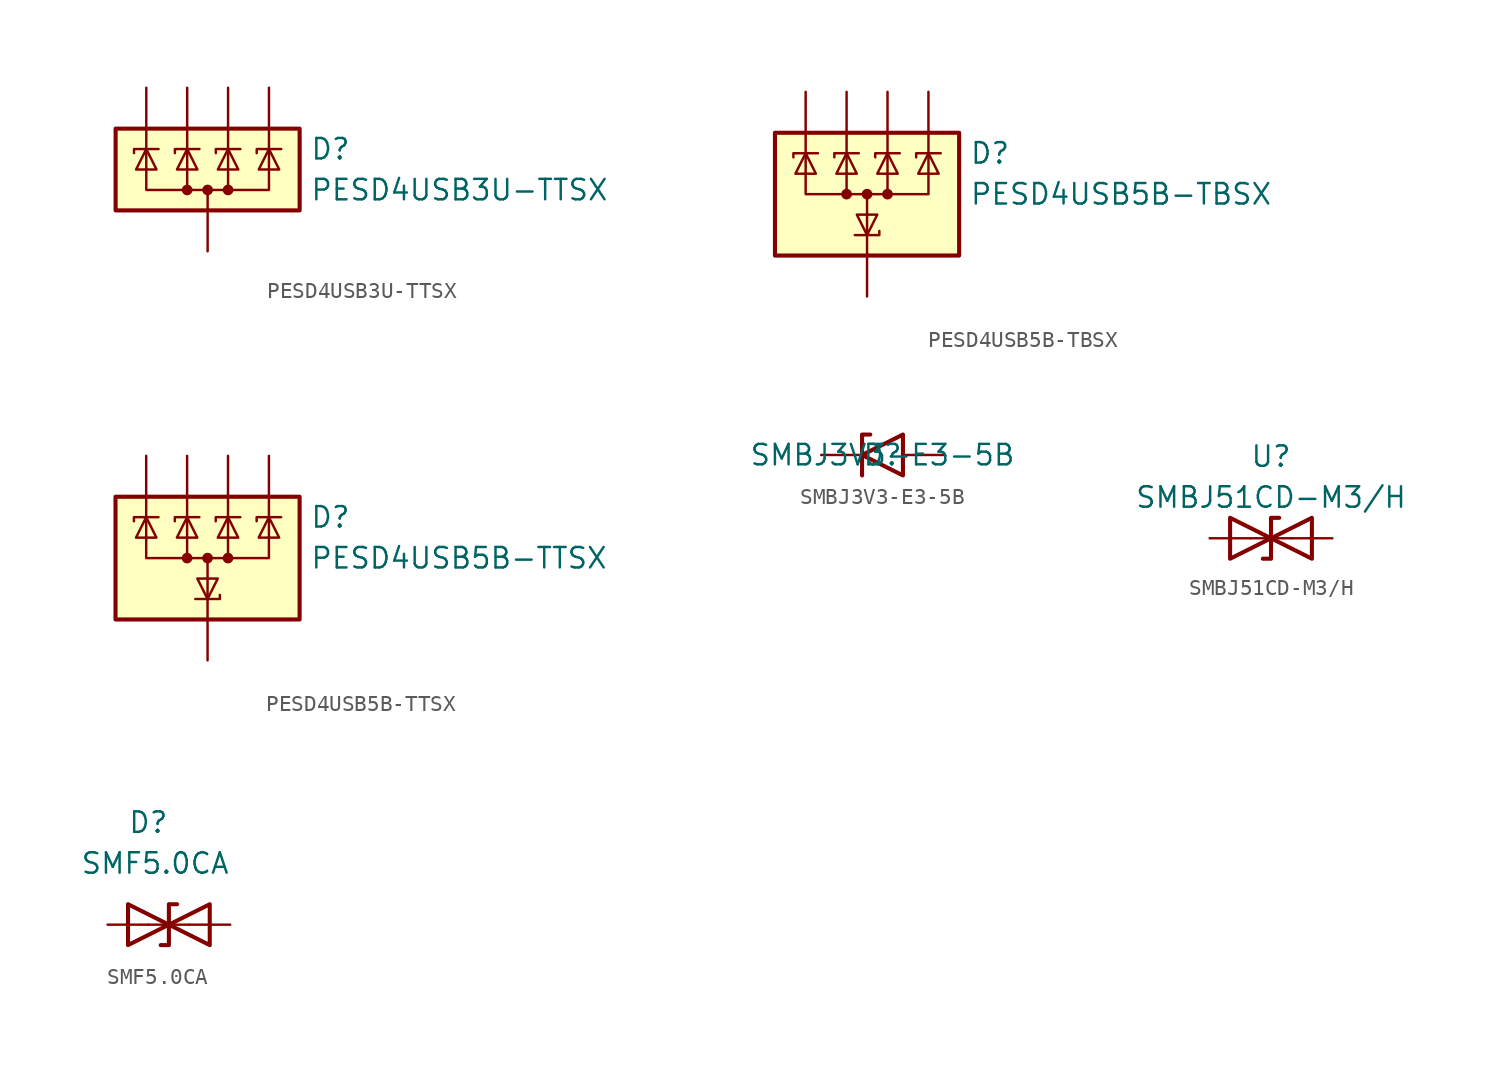
<source format=kicad_sym>
(kicad_symbol_lib
  (version 20220914)
  (generator kicad_symbol_editor)
  (symbol "PESD4USB3U-TTSX"
    (pin_numbers hide)
    (pin_names hide)
    (property "Reference" "D"
      (at 6.35 1.27 0)
      (effects (font (size 1.27 1.27)) (justify left)))
    (property "Value" "PESD4USB3U-TTSX"
      (at 6.35 -1.27 0)
      (effects (font (size 1.27 1.27)) (justify left)))
    (symbol "PESD4USB3U-TTSX_0_1"
      (rectangle (start -5.715 2.54) (end 5.715 -2.54) (stroke (width 0.254) (type default)) (fill (type background)))
      (circle (center -1.27 -1.27) (radius 0.254) (stroke (width 0) (type default)) (fill (type outline)))
      (circle (center 0 -1.27) (radius 0.254) (stroke (width 0) (type default)) (fill (type outline)))
      (polyline (pts (xy -3.81 2.54) (xy -3.81 1.27)) (stroke (width 0) (type default)) (fill (type none)))
      (polyline (pts (xy -1.27 -1.27) (xy -1.27 1.27)) (stroke (width 0) (type default)) (fill (type none)))
      (polyline (pts (xy -1.27 2.54) (xy -1.27 1.27)) (stroke (width 0) (type default)) (fill (type none)))
      (polyline (pts (xy 0 -1.27) (xy 0 -2.54)) (stroke (width 0) (type default)) (fill (type none)))
      (polyline (pts (xy 1.27 2.54) (xy 1.27 1.27)) (stroke (width 0) (type default)) (fill (type none)))
      (polyline (pts (xy 3.81 2.54) (xy 3.81 1.27)) (stroke (width 0) (type default)) (fill (type none)))
      (polyline (pts (xy -4.572 1.016) (xy -4.572 1.27) (xy -3.048 1.27)) (stroke (width 0) (type default)) (fill (type none)))
      (polyline (pts (xy -0.508 1.27) (xy -2.032 1.27) (xy -2.032 1.016)) (stroke (width 0) (type default)) (fill (type none)))
      (polyline (pts (xy 3.81 1.27) (xy 3.81 -1.27) (xy 1.27 -1.27)) (stroke (width 0) (type default)) (fill (type none)))
      (polyline (pts (xy -3.81 1.27) (xy -3.81 -1.27) (xy 1.27 -1.27) (xy 1.27 1.27)) (stroke (width 0) (type default)) (fill (type none)))
      (polyline (pts (xy -3.81 1.27) (xy -3.175 0) (xy -4.445 0) (xy -3.81 1.27)) (stroke (width 0) (type default)) (fill (type none)))
      (polyline (pts (xy -0.635 0) (xy -1.905 0) (xy -1.27 1.27) (xy -0.635 0)) (stroke (width 0) (type default)) (fill (type none)))
      (polyline (pts (xy 0.508 1.016) (xy 0.508 1.27) (xy 1.905 1.27) (xy 2.032 1.27)) (stroke (width 0) (type default)) (fill (type none)))
      (polyline (pts (xy 1.27 1.27) (xy 0.635 0) (xy 1.905 0) (xy 1.27 1.27)) (stroke (width 0) (type default)) (fill (type none)))
      (polyline (pts (xy 3.048 1.016) (xy 3.048 1.27) (xy 4.445 1.27) (xy 4.572 1.27)) (stroke (width 0) (type default)) (fill (type none)))
      (polyline (pts (xy 3.81 1.27) (xy 3.175 0) (xy 4.445 0) (xy 3.81 1.27)) (stroke (width 0) (type default)) (fill (type none)))
      (circle (center 1.27 -1.27) (radius 0.254) (stroke (width 0) (type default)) (fill (type outline))))
    (symbol "PESD4USB3U-TTSX_1_0"
      (pin passive line (at 0 -5.08 90) (length 2.54) (name "A" (effects (font (size 1.27 1.27)))) (number "3" (effects (font (size 1.27 1.27)))))
      (pin passive line (at 0 -5.08 90) (length 2.54) hide (name "A" (effects (font (size 1.27 1.27)))) (number "8" (effects (font (size 1.27 1.27))))))
    (symbol "PESD4USB3U-TTSX_1_1"
      (pin passive line (at -3.81 5.08 270) (length 2.54) (name "K" (effects (font (size 1.27 1.27)))) (number "1" (effects (font (size 1.27 1.27)))))
      (pin passive line (at -3.81 5.08 270) (length 2.54) hide (name "K" (effects (font (size 1.27 1.27)))) (number "10" (effects (font (size 1.27 1.27)))))
      (pin passive line (at -1.27 5.08 270) (length 2.54) (name "K" (effects (font (size 1.27 1.27)))) (number "2" (effects (font (size 1.27 1.27)))))
      (pin passive line (at 1.27 5.08 270) (length 2.54) (name "K" (effects (font (size 1.27 1.27)))) (number "4" (effects (font (size 1.27 1.27)))))
      (pin passive line (at 3.81 5.08 270) (length 2.54) (name "K" (effects (font (size 1.27 1.27)))) (number "5" (effects (font (size 1.27 1.27)))))
      (pin passive line (at 3.81 5.08 270) (length 2.54) hide (name "K" (effects (font (size 1.27 1.27)))) (number "6" (effects (font (size 1.27 1.27)))))
      (pin passive line (at 1.27 5.08 270) (length 2.54) hide (name "K" (effects (font (size 1.27 1.27)))) (number "7" (effects (font (size 1.27 1.27)))))
      (pin passive line (at -1.27 5.08 270) (length 2.54) hide (name "K" (effects (font (size 1.27 1.27)))) (number "9" (effects (font (size 1.27 1.27)))))))
  (symbol "PESD4USB5B-TBSX"
    (pin_numbers hide)
    (pin_names hide)
    (property "Reference" "D"
      (at 6.35 1.27 0)
      (effects (font (size 1.27 1.27)) (justify left)))
    (property "Value" "PESD4USB5B-TBSX"
      (at 6.35 -1.27 0)
      (effects (font (size 1.27 1.27)) (justify left)))
    (symbol "PESD4USB5B-TBSX_0_1"
      (rectangle (start -5.715 2.54) (end 5.715 -5.08) (stroke (width 0.254) (type default)) (fill (type background)))
      (circle (center -1.27 -1.27) (radius 0.254) (stroke (width 0) (type default)) (fill (type outline)))
      (circle (center 0 -1.27) (radius 0.254) (stroke (width 0) (type default)) (fill (type outline)))
      (polyline (pts (xy -3.81 2.54) (xy -3.81 1.27)) (stroke (width 0) (type default)) (fill (type none)))
      (polyline (pts (xy -1.27 -1.27) (xy -1.27 1.27)) (stroke (width 0) (type default)) (fill (type none)))
      (polyline (pts (xy -1.27 2.54) (xy -1.27 1.27)) (stroke (width 0) (type default)) (fill (type none)))
      (polyline (pts (xy 0 -5.08) (xy 0 -3.81)) (stroke (width 0) (type default)) (fill (type none)))
      (polyline (pts (xy 0 -1.27) (xy 0 -3.81)) (stroke (width 0) (type default)) (fill (type none)))
      (polyline (pts (xy 1.27 2.54) (xy 1.27 1.27)) (stroke (width 0) (type default)) (fill (type none)))
      (polyline (pts (xy 3.81 2.54) (xy 3.81 1.27)) (stroke (width 0) (type default)) (fill (type none)))
      (polyline (pts (xy -4.572 1.016) (xy -4.572 1.27) (xy -3.048 1.27)) (stroke (width 0) (type default)) (fill (type none)))
      (polyline (pts (xy -0.508 1.27) (xy -2.032 1.27) (xy -2.032 1.016)) (stroke (width 0) (type default)) (fill (type none)))
      (polyline (pts (xy 3.81 1.27) (xy 3.81 -1.27) (xy 1.27 -1.27)) (stroke (width 0) (type default)) (fill (type none)))
      (polyline (pts (xy -3.81 1.27) (xy -3.81 -1.27) (xy 1.27 -1.27) (xy 1.27 1.27)) (stroke (width 0) (type default)) (fill (type none)))
      (polyline (pts (xy -3.81 1.27) (xy -3.175 0) (xy -4.445 0) (xy -3.81 1.27)) (stroke (width 0) (type default)) (fill (type none)))
      (polyline (pts (xy -0.635 0) (xy -1.905 0) (xy -1.27 1.27) (xy -0.635 0)) (stroke (width 0) (type default)) (fill (type none)))
      (polyline (pts (xy 0 -3.81) (xy 0.635 -2.54) (xy -0.635 -2.54) (xy 0 -3.81)) (stroke (width 0) (type default)) (fill (type none)))
      (polyline (pts (xy 0.508 1.016) (xy 0.508 1.27) (xy 1.905 1.27) (xy 2.032 1.27)) (stroke (width 0) (type default)) (fill (type none)))
      (polyline (pts (xy 0.762 -3.556) (xy 0.762 -3.81) (xy -0.635 -3.81) (xy -0.762 -3.81)) (stroke (width 0) (type default)) (fill (type none)))
      (polyline (pts (xy 1.27 1.27) (xy 0.635 0) (xy 1.905 0) (xy 1.27 1.27)) (stroke (width 0) (type default)) (fill (type none)))
      (polyline (pts (xy 3.048 1.016) (xy 3.048 1.27) (xy 4.445 1.27) (xy 4.572 1.27)) (stroke (width 0) (type default)) (fill (type none)))
      (polyline (pts (xy 3.81 1.27) (xy 3.175 0) (xy 4.445 0) (xy 3.81 1.27)) (stroke (width 0) (type default)) (fill (type none)))
      (circle (center 1.27 -1.27) (radius 0.254) (stroke (width 0) (type default)) (fill (type outline))))
    (symbol "PESD4USB5B-TBSX_1_0"
      (pin passive line (at 0 -7.62 90) (length 2.54) (name "A" (effects (font (size 1.27 1.27)))) (number "3" (effects (font (size 1.27 1.27)))))
      (pin passive line (at 0 -7.62 90) (length 2.54) hide (name "A" (effects (font (size 1.27 1.27)))) (number "8" (effects (font (size 1.27 1.27))))))
    (symbol "PESD4USB5B-TBSX_1_1"
      (pin passive line (at -3.81 5.08 270) (length 2.54) (name "K" (effects (font (size 1.27 1.27)))) (number "1" (effects (font (size 1.27 1.27)))))
      (pin passive line (at -3.81 5.08 270) (length 2.54) hide (name "K" (effects (font (size 1.27 1.27)))) (number "10" (effects (font (size 1.27 1.27)))))
      (pin passive line (at -1.27 5.08 270) (length 2.54) (name "K" (effects (font (size 1.27 1.27)))) (number "2" (effects (font (size 1.27 1.27)))))
      (pin passive line (at 1.27 5.08 270) (length 2.54) (name "K" (effects (font (size 1.27 1.27)))) (number "4" (effects (font (size 1.27 1.27)))))
      (pin passive line (at 3.81 5.08 270) (length 2.54) (name "K" (effects (font (size 1.27 1.27)))) (number "5" (effects (font (size 1.27 1.27)))))
      (pin passive line (at 3.81 5.08 270) (length 2.54) hide (name "K" (effects (font (size 1.27 1.27)))) (number "6" (effects (font (size 1.27 1.27)))))
      (pin passive line (at 1.27 5.08 270) (length 2.54) hide (name "K" (effects (font (size 1.27 1.27)))) (number "7" (effects (font (size 1.27 1.27)))))
      (pin passive line (at -1.27 5.08 270) (length 2.54) hide (name "K" (effects (font (size 1.27 1.27)))) (number "9" (effects (font (size 1.27 1.27)))))))
  (symbol "PESD4USB5B-TTSX"
    (pin_numbers hide)
    (pin_names hide)
    (property "Reference" "D"
      (at 6.35 1.27 0)
      (effects (font (size 1.27 1.27)) (justify left)))
    (property "Value" "PESD4USB5B-TTSX"
      (at 6.35 -1.27 0)
      (effects (font (size 1.27 1.27)) (justify left)))
    (symbol "PESD4USB5B-TTSX_0_1"
      (rectangle (start -5.715 2.54) (end 5.715 -5.08) (stroke (width 0.254) (type default)) (fill (type background)))
      (circle (center -1.27 -1.27) (radius 0.254) (stroke (width 0) (type default)) (fill (type outline)))
      (circle (center 0 -1.27) (radius 0.254) (stroke (width 0) (type default)) (fill (type outline)))
      (polyline (pts (xy -3.81 2.54) (xy -3.81 1.27)) (stroke (width 0) (type default)) (fill (type none)))
      (polyline (pts (xy -1.27 -1.27) (xy -1.27 1.27)) (stroke (width 0) (type default)) (fill (type none)))
      (polyline (pts (xy -1.27 2.54) (xy -1.27 1.27)) (stroke (width 0) (type default)) (fill (type none)))
      (polyline (pts (xy 0 -5.08) (xy 0 -3.81)) (stroke (width 0) (type default)) (fill (type none)))
      (polyline (pts (xy 0 -1.27) (xy 0 -3.81)) (stroke (width 0) (type default)) (fill (type none)))
      (polyline (pts (xy 1.27 2.54) (xy 1.27 1.27)) (stroke (width 0) (type default)) (fill (type none)))
      (polyline (pts (xy 3.81 2.54) (xy 3.81 1.27)) (stroke (width 0) (type default)) (fill (type none)))
      (polyline (pts (xy -4.572 1.016) (xy -4.572 1.27) (xy -3.048 1.27)) (stroke (width 0) (type default)) (fill (type none)))
      (polyline (pts (xy -0.508 1.27) (xy -2.032 1.27) (xy -2.032 1.016)) (stroke (width 0) (type default)) (fill (type none)))
      (polyline (pts (xy 3.81 1.27) (xy 3.81 -1.27) (xy 1.27 -1.27)) (stroke (width 0) (type default)) (fill (type none)))
      (polyline (pts (xy -3.81 1.27) (xy -3.81 -1.27) (xy 1.27 -1.27) (xy 1.27 1.27)) (stroke (width 0) (type default)) (fill (type none)))
      (polyline (pts (xy -3.81 1.27) (xy -3.175 0) (xy -4.445 0) (xy -3.81 1.27)) (stroke (width 0) (type default)) (fill (type none)))
      (polyline (pts (xy -0.635 0) (xy -1.905 0) (xy -1.27 1.27) (xy -0.635 0)) (stroke (width 0) (type default)) (fill (type none)))
      (polyline (pts (xy 0 -3.81) (xy 0.635 -2.54) (xy -0.635 -2.54) (xy 0 -3.81)) (stroke (width 0) (type default)) (fill (type none)))
      (polyline (pts (xy 0.508 1.016) (xy 0.508 1.27) (xy 1.905 1.27) (xy 2.032 1.27)) (stroke (width 0) (type default)) (fill (type none)))
      (polyline (pts (xy 0.762 -3.556) (xy 0.762 -3.81) (xy -0.635 -3.81) (xy -0.762 -3.81)) (stroke (width 0) (type default)) (fill (type none)))
      (polyline (pts (xy 1.27 1.27) (xy 0.635 0) (xy 1.905 0) (xy 1.27 1.27)) (stroke (width 0) (type default)) (fill (type none)))
      (polyline (pts (xy 3.048 1.016) (xy 3.048 1.27) (xy 4.445 1.27) (xy 4.572 1.27)) (stroke (width 0) (type default)) (fill (type none)))
      (polyline (pts (xy 3.81 1.27) (xy 3.175 0) (xy 4.445 0) (xy 3.81 1.27)) (stroke (width 0) (type default)) (fill (type none)))
      (circle (center 1.27 -1.27) (radius 0.254) (stroke (width 0) (type default)) (fill (type outline))))
    (symbol "PESD4USB5B-TTSX_1_0"
      (pin passive line (at 0 -7.62 90) (length 2.54) (name "A" (effects (font (size 1.27 1.27)))) (number "3" (effects (font (size 1.27 1.27)))))
      (pin passive line (at 0 -7.62 90) (length 2.54) hide (name "A" (effects (font (size 1.27 1.27)))) (number "8" (effects (font (size 1.27 1.27))))))
    (symbol "PESD4USB5B-TTSX_1_1"
      (pin passive line (at -3.81 5.08 270) (length 2.54) (name "K" (effects (font (size 1.27 1.27)))) (number "1" (effects (font (size 1.27 1.27)))))
      (pin passive line (at -3.81 5.08 270) (length 2.54) hide (name "K" (effects (font (size 1.27 1.27)))) (number "10" (effects (font (size 1.27 1.27)))))
      (pin passive line (at -1.27 5.08 270) (length 2.54) (name "K" (effects (font (size 1.27 1.27)))) (number "2" (effects (font (size 1.27 1.27)))))
      (pin passive line (at 1.27 5.08 270) (length 2.54) (name "K" (effects (font (size 1.27 1.27)))) (number "4" (effects (font (size 1.27 1.27)))))
      (pin passive line (at 3.81 5.08 270) (length 2.54) (name "K" (effects (font (size 1.27 1.27)))) (number "5" (effects (font (size 1.27 1.27)))))
      (pin passive line (at 3.81 5.08 270) (length 2.54) hide (name "K" (effects (font (size 1.27 1.27)))) (number "6" (effects (font (size 1.27 1.27)))))
      (pin passive line (at 1.27 5.08 270) (length 2.54) hide (name "K" (effects (font (size 1.27 1.27)))) (number "7" (effects (font (size 1.27 1.27)))))
      (pin passive line (at -1.27 5.08 270) (length 2.54) hide (name "K" (effects (font (size 1.27 1.27)))) (number "9" (effects (font (size 1.27 1.27)))))))
  (symbol "SMBJ3V3-E3-5B"
    (pin_numbers hide)
    (pin_names hide)
    (property "Reference" "D"
      (at 0 0 0)
      (effects (font (size 1.27 1.27))))
    (property "Value" "SMBJ3V3-E3-5B"
      (at 0 0 0)
      (effects (font (size 1.27 1.27))))
    (symbol "SMBJ3V3-E3-5B_0_1"
      (polyline (pts (xy -0.762 1.27) (xy -1.27 1.27) (xy -1.27 -1.27)) (stroke (width 0.254) (type default)) (fill (type none)))
      (polyline (pts (xy 1.27 1.27) (xy 1.27 -1.27) (xy -1.27 0) (xy 1.27 1.27)) (stroke (width 0.254) (type default)) (fill (type none))))
    (symbol "SMBJ3V3-E3-5B_1_1"
      (pin passive line (at -3.81 0 0) (length 2.54) (name "A1" (effects (font (size 1.27 1.27)))) (number "1" (effects (font (size 1.27 1.27)))))
      (pin passive line (at 3.81 0 180) (length 2.54) (name "A2" (effects (font (size 1.27 1.27)))) (number "2" (effects (font (size 1.27 1.27)))))))
  (symbol "SMBJ51CD-M3/H"
    (pin_numbers hide)
    (pin_names hide)
    (property "Reference" "U"
      (at 0 5.08 0)
      (effects (font (size 1.27 1.27))))
    (property "Value" "SMBJ51CD-M3/H"
      (at 0 2.54 0)
      (effects (font (size 1.27 1.27))))
    (symbol "SMBJ51CD-M3/H_0_1"
      (polyline (pts (xy 1.27 0) (xy -1.27 0)) (stroke (width 0) (type default)) (fill (type none)))
      (polyline (pts (xy 0.508 1.27) (xy 0 1.27) (xy 0 -1.27) (xy -0.508 -1.27)) (stroke (width 0.254) (type default)) (fill (type none)))
      (polyline (pts (xy -2.54 1.27) (xy -2.54 -1.27) (xy 2.54 1.27) (xy 2.54 -1.27) (xy -2.54 1.27)) (stroke (width 0.254) (type default)) (fill (type none))))
    (symbol "SMBJ51CD-M3/H_1_1"
      (pin passive line (at -3.81 0 0) (length 2.54) (name "A1" (effects (font (size 1.27 1.27)))) (number "1" (effects (font (size 1.27 1.27)))))
      (pin passive line (at 3.81 0 180) (length 2.54) (name "A2" (effects (font (size 1.27 1.27)))) (number "2" (effects (font (size 1.27 1.27)))))))
  (symbol "SMF5.0CA"
    (pin_numbers hide)
    (pin_names
      (offset 1.016) hide)
    (property "Reference" "D"
      (at 0 6.35 0)
      (effects (font (size 1.27 1.27)) (justify right)))
    (property "Value" "SMF5.0CA"
      (at 3.81 3.81 0)
      (effects (font (size 1.27 1.27)) (justify right)))
    (symbol "SMF5.0CA_0_1"
      (polyline (pts (xy 1.27 0) (xy -1.27 0)) (stroke (width 0) (type default)) (fill (type none)))
      (polyline (pts (xy 0.508 1.27) (xy 0 1.27) (xy 0 -1.27) (xy -0.508 -1.27)) (stroke (width 0.254) (type default)) (fill (type none)))
      (polyline (pts (xy -2.54 1.27) (xy -2.54 -1.27) (xy 2.54 1.27) (xy 2.54 -1.27) (xy -2.54 1.27)) (stroke (width 0.254) (type default)) (fill (type none))))
    (symbol "SMF5.0CA_1_1"
      (pin passive line (at -3.81 0 0) (length 2.54) (name "A1" (effects (font (size 1.27 1.27)))) (number "1" (effects (font (size 1.27 1.27)))))
      (pin passive line (at 3.81 0 180) (length 2.54) (name "A2" (effects (font (size 1.27 1.27)))) (number "2" (effects (font (size 1.27 1.27))))))))
</source>
